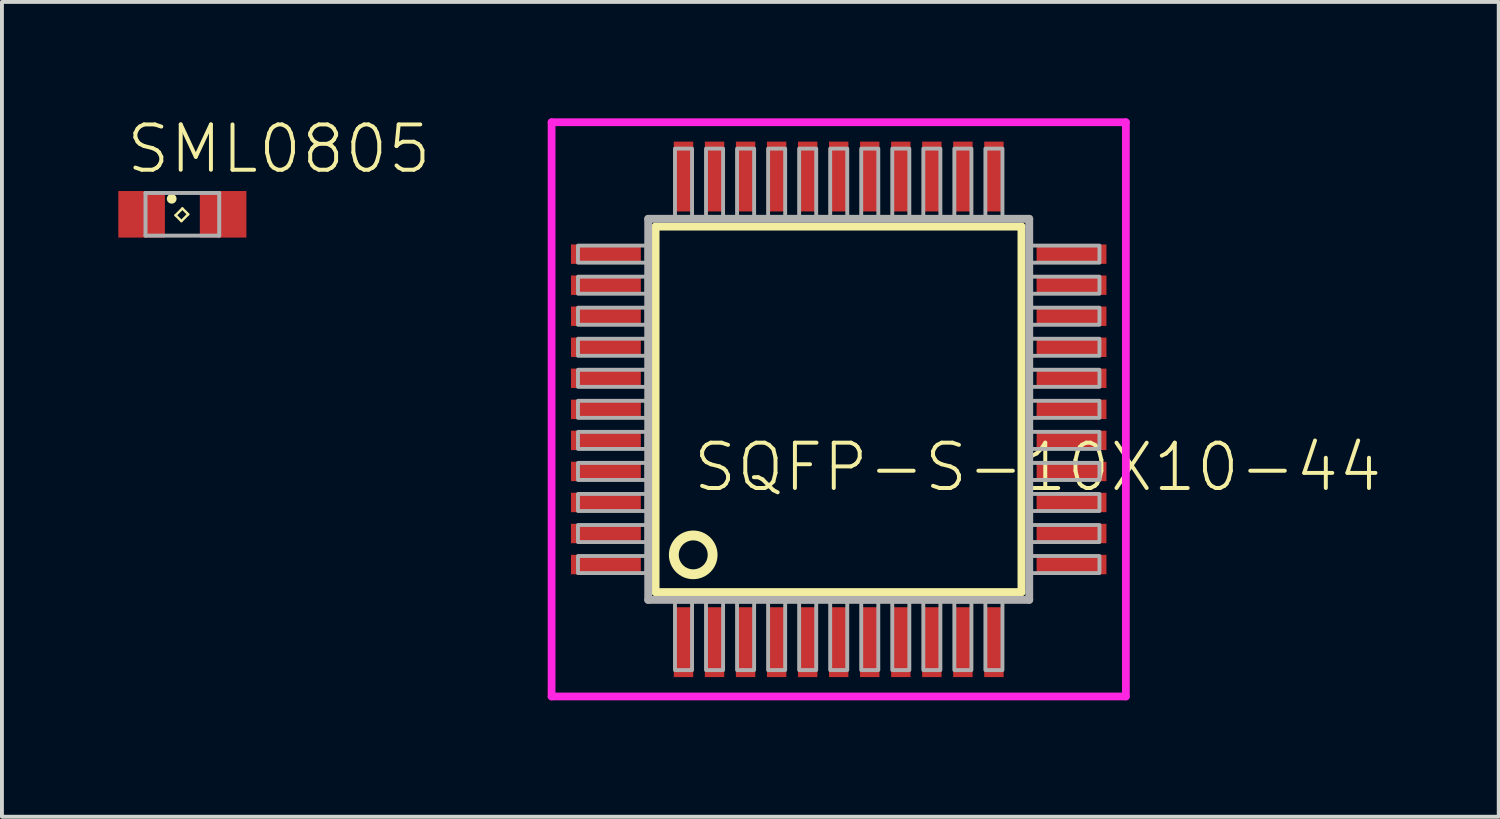
<source format=kicad_pcb>
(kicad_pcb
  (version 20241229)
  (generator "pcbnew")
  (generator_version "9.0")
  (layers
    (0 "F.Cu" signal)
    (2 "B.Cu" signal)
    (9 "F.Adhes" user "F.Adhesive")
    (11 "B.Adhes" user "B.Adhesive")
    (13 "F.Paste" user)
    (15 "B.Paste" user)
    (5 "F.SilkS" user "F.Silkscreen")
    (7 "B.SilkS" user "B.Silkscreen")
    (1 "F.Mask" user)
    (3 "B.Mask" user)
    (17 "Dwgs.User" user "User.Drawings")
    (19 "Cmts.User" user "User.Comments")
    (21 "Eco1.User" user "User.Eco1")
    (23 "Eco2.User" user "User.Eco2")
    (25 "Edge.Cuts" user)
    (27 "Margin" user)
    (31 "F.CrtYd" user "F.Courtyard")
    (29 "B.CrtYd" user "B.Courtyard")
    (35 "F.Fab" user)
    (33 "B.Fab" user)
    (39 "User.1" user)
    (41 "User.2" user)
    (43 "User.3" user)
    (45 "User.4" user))
  (footprint "SML0805"
    (layer "F.Cu")
    (at 1.65 2.473)
    (property "Reference" "SML0805" (at -1.5 -1 0) (layer "F.SilkS") (effects (font (size 1.168 1.168) (thickness 0.102)) (justify left bottom)))
    (fp_line (start -0.175 0.025) (end 0 -0.15) (stroke (width 0.063) (type solid)) (layer "F.SilkS"))
    (fp_line (start -0.025 0.175) (end -0.175 0.025) (stroke (width 0.063) (type solid)) (layer "F.SilkS"))
    (fp_line (start 0 -0.15) (end 0.15 0) (stroke (width 0.063) (type solid)) (layer "F.SilkS"))
    (fp_line (start 0.15 0) (end -0.025 0.175) (stroke (width 0.063) (type solid)) (layer "F.SilkS"))
    (fp_circle (center -0.275 -0.4) (end -0.212 -0.4) (stroke (width 0.125) (type solid)) (fill yes) (layer "F.SilkS"))
    (fp_line (start -0.95 -0.55) (end -0.95 0.55) (stroke (width 0.102) (type solid)) (layer "F.Fab"))
    (fp_line (start -0.95 0.55) (end 0.95 0.55) (stroke (width 0.102) (type solid)) (layer "F.Fab"))
    (fp_line (start 0.95 -0.55) (end -0.95 -0.55) (stroke (width 0.102) (type solid)) (layer "F.Fab"))
    (fp_line (start 0.95 0.55) (end 0.95 -0.55) (stroke (width 0.102) (type solid)) (layer "F.Fab"))
    (pad "A" smd rect (at 1.05 0) (size 1.2 1.2) (layers "F.Cu" "F.Mask" "F.Paste"))
    (pad "C" smd rect (at -1.05 0) (size 1.2 1.2) (layers "F.Cu" "F.Mask" "F.Paste")))
  (footprint "SQFP-S-10X10-44"
    (layer "F.Cu")
    (at 18.566 7.5)
    (property "Reference" "SQFP-S-10X10-44" (at -3.81 2.175 0) (layer "F.SilkS") (effects (font (size 1.168 1.168) (thickness 0.102)) (justify left bottom)))
    (fp_line (start -4.72 -4.71) (end 4.71 -4.71) (stroke (width 0.203) (type solid)) (layer "F.SilkS"))
    (fp_line (start -4.72 4.71) (end -4.72 -4.71) (stroke (width 0.203) (type solid)) (layer "F.SilkS"))
    (fp_line (start 4.71 -4.71) (end 4.71 4.71) (stroke (width 0.203) (type solid)) (layer "F.SilkS"))
    (fp_line (start 4.71 4.71) (end -4.72 4.71) (stroke (width 0.203) (type solid)) (layer "F.SilkS"))
    (fp_circle (center -3.75 3.75) (end -3.25 3.75) (stroke (width 0.254) (type solid)) (fill no) (layer "F.SilkS"))
    (fp_line (start -7.4 -7.4) (end 7.4 -7.4) (stroke (width 0.2) (type solid)) (layer "F.CrtYd"))
    (fp_line (start -7.4 7.4) (end -7.4 -7.4) (stroke (width 0.2) (type solid)) (layer "F.CrtYd"))
    (fp_line (start 7.4 -7.4) (end 7.4 7.4) (stroke (width 0.2) (type solid)) (layer "F.CrtYd"))
    (fp_line (start 7.4 7.4) (end -7.4 7.4) (stroke (width 0.2) (type solid)) (layer "F.CrtYd"))
    (fp_line (start -4.91 -4.91) (end -4.91 4.91) (stroke (width 0.203) (type solid)) (layer "F.Fab"))
    (fp_line (start -4.91 4.91) (end 4.91 4.91) (stroke (width 0.203) (type solid)) (layer "F.Fab"))
    (fp_line (start 4.91 -4.91) (end -4.91 -4.91) (stroke (width 0.203) (type solid)) (layer "F.Fab"))
    (fp_line (start 4.91 4.91) (end 4.91 -4.91) (stroke (width 0.203) (type solid)) (layer "F.Fab"))
    (fp_poly (pts (xy -6.72 -3.78) (xy -4.95 -3.78) (xy -4.95 -4.22) (xy -6.72 -4.22)) (stroke (width 0.1) (type default)) (fill no) (layer "F.Fab"))
    (fp_poly (pts (xy -6.72 -2.98) (xy -4.95 -2.98) (xy -4.95 -3.42) (xy -6.72 -3.42)) (stroke (width 0.1) (type default)) (fill no) (layer "F.Fab"))
    (fp_poly (pts (xy -6.72 -2.18) (xy -4.95 -2.18) (xy -4.95 -2.62) (xy -6.72 -2.62)) (stroke (width 0.1) (type default)) (fill no) (layer "F.Fab"))
    (fp_poly (pts (xy -6.72 -1.38) (xy -4.95 -1.38) (xy -4.95 -1.82) (xy -6.72 -1.82)) (stroke (width 0.1) (type default)) (fill no) (layer "F.Fab"))
    (fp_poly (pts (xy -6.72 -0.58) (xy -4.95 -0.58) (xy -4.95 -1.02) (xy -6.72 -1.02)) (stroke (width 0.1) (type default)) (fill no) (layer "F.Fab"))
    (fp_poly (pts (xy -6.72 0.22) (xy -4.95 0.22) (xy -4.95 -0.22) (xy -6.72 -0.22)) (stroke (width 0.1) (type default)) (fill no) (layer "F.Fab"))
    (fp_poly (pts (xy -6.72 1.02) (xy -4.95 1.02) (xy -4.95 0.58) (xy -6.72 0.58)) (stroke (width 0.1) (type default)) (fill no) (layer "F.Fab"))
    (fp_poly (pts (xy -6.72 1.82) (xy -4.95 1.82) (xy -4.95 1.38) (xy -6.72 1.38)) (stroke (width 0.1) (type default)) (fill no) (layer "F.Fab"))
    (fp_poly (pts (xy -6.72 2.62) (xy -4.95 2.62) (xy -4.95 2.18) (xy -6.72 2.18)) (stroke (width 0.1) (type default)) (fill no) (layer "F.Fab"))
    (fp_poly (pts (xy -6.72 3.42) (xy -4.95 3.42) (xy -4.95 2.98) (xy -6.72 2.98)) (stroke (width 0.1) (type default)) (fill no) (layer "F.Fab"))
    (fp_poly (pts (xy -6.72 4.22) (xy -4.95 4.22) (xy -4.95 3.78) (xy -6.72 3.78)) (stroke (width 0.1) (type default)) (fill no) (layer "F.Fab"))
    (fp_poly (pts (xy -4.22 -4.95) (xy -3.78 -4.95) (xy -3.78 -6.72) (xy -4.22 -6.72)) (stroke (width 0.1) (type default)) (fill no) (layer "F.Fab"))
    (fp_poly (pts (xy -4.22 6.72) (xy -3.78 6.72) (xy -3.78 4.95) (xy -4.22 4.95)) (stroke (width 0.1) (type default)) (fill no) (layer "F.Fab"))
    (fp_poly (pts (xy -3.42 -4.95) (xy -2.98 -4.95) (xy -2.98 -6.72) (xy -3.42 -6.72)) (stroke (width 0.1) (type default)) (fill no) (layer "F.Fab"))
    (fp_poly (pts (xy -3.42 6.72) (xy -2.98 6.72) (xy -2.98 4.95) (xy -3.42 4.95)) (stroke (width 0.1) (type default)) (fill no) (layer "F.Fab"))
    (fp_poly (pts (xy -2.62 -4.95) (xy -2.18 -4.95) (xy -2.18 -6.72) (xy -2.62 -6.72)) (stroke (width 0.1) (type default)) (fill no) (layer "F.Fab"))
    (fp_poly (pts (xy -2.62 6.72) (xy -2.18 6.72) (xy -2.18 4.95) (xy -2.62 4.95)) (stroke (width 0.1) (type default)) (fill no) (layer "F.Fab"))
    (fp_poly (pts (xy -1.82 -4.95) (xy -1.38 -4.95) (xy -1.38 -6.72) (xy -1.82 -6.72)) (stroke (width 0.1) (type default)) (fill no) (layer "F.Fab"))
    (fp_poly (pts (xy -1.82 6.72) (xy -1.38 6.72) (xy -1.38 4.95) (xy -1.82 4.95)) (stroke (width 0.1) (type default)) (fill no) (layer "F.Fab"))
    (fp_poly (pts (xy -1.02 -4.95) (xy -0.58 -4.95) (xy -0.58 -6.72) (xy -1.02 -6.72)) (stroke (width 0.1) (type default)) (fill no) (layer "F.Fab"))
    (fp_poly (pts (xy -1.02 6.72) (xy -0.58 6.72) (xy -0.58 4.95) (xy -1.02 4.95)) (stroke (width 0.1) (type default)) (fill no) (layer "F.Fab"))
    (fp_poly (pts (xy -0.22 -4.95) (xy 0.22 -4.95) (xy 0.22 -6.72) (xy -0.22 -6.72)) (stroke (width 0.1) (type default)) (fill no) (layer "F.Fab"))
    (fp_poly (pts (xy -0.22 6.72) (xy 0.22 6.72) (xy 0.22 4.95) (xy -0.22 4.95)) (stroke (width 0.1) (type default)) (fill no) (layer "F.Fab"))
    (fp_poly (pts (xy 0.58 -4.95) (xy 1.02 -4.95) (xy 1.02 -6.72) (xy 0.58 -6.72)) (stroke (width 0.1) (type default)) (fill no) (layer "F.Fab"))
    (fp_poly (pts (xy 0.58 6.72) (xy 1.02 6.72) (xy 1.02 4.95) (xy 0.58 4.95)) (stroke (width 0.1) (type default)) (fill no) (layer "F.Fab"))
    (fp_poly (pts (xy 1.38 -4.95) (xy 1.82 -4.95) (xy 1.82 -6.72) (xy 1.38 -6.72)) (stroke (width 0.1) (type default)) (fill no) (layer "F.Fab"))
    (fp_poly (pts (xy 1.38 6.72) (xy 1.82 6.72) (xy 1.82 4.95) (xy 1.38 4.95)) (stroke (width 0.1) (type default)) (fill no) (layer "F.Fab"))
    (fp_poly (pts (xy 2.18 -4.95) (xy 2.62 -4.95) (xy 2.62 -6.72) (xy 2.18 -6.72)) (stroke (width 0.1) (type default)) (fill no) (layer "F.Fab"))
    (fp_poly (pts (xy 2.18 6.72) (xy 2.62 6.72) (xy 2.62 4.95) (xy 2.18 4.95)) (stroke (width 0.1) (type default)) (fill no) (layer "F.Fab"))
    (fp_poly (pts (xy 2.98 -4.95) (xy 3.42 -4.95) (xy 3.42 -6.72) (xy 2.98 -6.72)) (stroke (width 0.1) (type default)) (fill no) (layer "F.Fab"))
    (fp_poly (pts (xy 2.98 6.72) (xy 3.42 6.72) (xy 3.42 4.95) (xy 2.98 4.95)) (stroke (width 0.1) (type default)) (fill no) (layer "F.Fab"))
    (fp_poly (pts (xy 3.78 -4.95) (xy 4.22 -4.95) (xy 4.22 -6.72) (xy 3.78 -6.72)) (stroke (width 0.1) (type default)) (fill no) (layer "F.Fab"))
    (fp_poly (pts (xy 3.78 6.72) (xy 4.22 6.72) (xy 4.22 4.95) (xy 3.78 4.95)) (stroke (width 0.1) (type default)) (fill no) (layer "F.Fab"))
    (fp_poly (pts (xy 4.95 -3.78) (xy 6.72 -3.78) (xy 6.72 -4.22) (xy 4.95 -4.22)) (stroke (width 0.1) (type default)) (fill no) (layer "F.Fab"))
    (fp_poly (pts (xy 4.95 -2.98) (xy 6.72 -2.98) (xy 6.72 -3.42) (xy 4.95 -3.42)) (stroke (width 0.1) (type default)) (fill no) (layer "F.Fab"))
    (fp_poly (pts (xy 4.95 -2.18) (xy 6.72 -2.18) (xy 6.72 -2.62) (xy 4.95 -2.62)) (stroke (width 0.1) (type default)) (fill no) (layer "F.Fab"))
    (fp_poly (pts (xy 4.95 -1.38) (xy 6.72 -1.38) (xy 6.72 -1.82) (xy 4.95 -1.82)) (stroke (width 0.1) (type default)) (fill no) (layer "F.Fab"))
    (fp_poly (pts (xy 4.95 -0.58) (xy 6.72 -0.58) (xy 6.72 -1.02) (xy 4.95 -1.02)) (stroke (width 0.1) (type default)) (fill no) (layer "F.Fab"))
    (fp_poly (pts (xy 4.95 0.22) (xy 6.72 0.22) (xy 6.72 -0.22) (xy 4.95 -0.22)) (stroke (width 0.1) (type default)) (fill no) (layer "F.Fab"))
    (fp_poly (pts (xy 4.95 1.02) (xy 6.72 1.02) (xy 6.72 0.58) (xy 4.95 0.58)) (stroke (width 0.1) (type default)) (fill no) (layer "F.Fab"))
    (fp_poly (pts (xy 4.95 1.82) (xy 6.72 1.82) (xy 6.72 1.38) (xy 4.95 1.38)) (stroke (width 0.1) (type default)) (fill no) (layer "F.Fab"))
    (fp_poly (pts (xy 4.95 2.62) (xy 6.72 2.62) (xy 6.72 2.18) (xy 4.95 2.18)) (stroke (width 0.1) (type default)) (fill no) (layer "F.Fab"))
    (fp_poly (pts (xy 4.95 3.42) (xy 6.72 3.42) (xy 6.72 2.98) (xy 4.95 2.98)) (stroke (width 0.1) (type default)) (fill no) (layer "F.Fab"))
    (fp_poly (pts (xy 4.95 4.22) (xy 6.72 4.22) (xy 6.72 3.78) (xy 4.95 3.78)) (stroke (width 0.1) (type default)) (fill no) (layer "F.Fab"))
    (pad "1" smd rect (at -4 6) (size 0.5 1.8) (layers "F.Cu" "F.Mask" "F.Paste"))
    (pad "2" smd rect (at -3.2 6) (size 0.5 1.8) (layers "F.Cu" "F.Mask" "F.Paste"))
    (pad "3" smd rect (at -2.4 6) (size 0.5 1.8) (layers "F.Cu" "F.Mask" "F.Paste"))
    (pad "4" smd rect (at -1.6 6) (size 0.5 1.8) (layers "F.Cu" "F.Mask" "F.Paste"))
    (pad "5" smd rect (at -0.8 6) (size 0.5 1.8) (layers "F.Cu" "F.Mask" "F.Paste"))
    (pad "6" smd rect (at 0 6) (size 0.5 1.8) (layers "F.Cu" "F.Mask" "F.Paste"))
    (pad "7" smd rect (at 0.8 6) (size 0.5 1.8) (layers "F.Cu" "F.Mask" "F.Paste"))
    (pad "8" smd rect (at 1.6 6) (size 0.5 1.8) (layers "F.Cu" "F.Mask" "F.Paste"))
    (pad "9" smd rect (at 2.4 6) (size 0.5 1.8) (layers "F.Cu" "F.Mask" "F.Paste"))
    (pad "10" smd rect (at 3.2 6) (size 0.5 1.8) (layers "F.Cu" "F.Mask" "F.Paste"))
    (pad "11" smd rect (at 4 6) (size 0.5 1.8) (layers "F.Cu" "F.Mask" "F.Paste"))
    (pad "12" smd rect (at 6 4) (size 1.8 0.5) (layers "F.Cu" "F.Mask" "F.Paste"))
    (pad "13" smd rect (at 6 3.2) (size 1.8 0.5) (layers "F.Cu" "F.Mask" "F.Paste"))
    (pad "14" smd rect (at 6 2.4) (size 1.8 0.5) (layers "F.Cu" "F.Mask" "F.Paste"))
    (pad "15" smd rect (at 6 1.6) (size 1.8 0.5) (layers "F.Cu" "F.Mask" "F.Paste"))
    (pad "16" smd rect (at 6 0.8) (size 1.8 0.5) (layers "F.Cu" "F.Mask" "F.Paste"))
    (pad "17" smd rect (at 6 0) (size 1.8 0.5) (layers "F.Cu" "F.Mask" "F.Paste"))
    (pad "18" smd rect (at 6 -0.8) (size 1.8 0.5) (layers "F.Cu" "F.Mask" "F.Paste"))
    (pad "19" smd rect (at 6 -1.6) (size 1.8 0.5) (layers "F.Cu" "F.Mask" "F.Paste"))
    (pad "20" smd rect (at 6 -2.4) (size 1.8 0.5) (layers "F.Cu" "F.Mask" "F.Paste"))
    (pad "21" smd rect (at 6 -3.2) (size 1.8 0.5) (layers "F.Cu" "F.Mask" "F.Paste"))
    (pad "22" smd rect (at 6 -4) (size 1.8 0.5) (layers "F.Cu" "F.Mask" "F.Paste"))
    (pad "23" smd rect (at 4 -6) (size 0.5 1.8) (layers "F.Cu" "F.Mask" "F.Paste"))
    (pad "24" smd rect (at 3.2 -6) (size 0.5 1.8) (layers "F.Cu" "F.Mask" "F.Paste"))
    (pad "25" smd rect (at 2.4 -6) (size 0.5 1.8) (layers "F.Cu" "F.Mask" "F.Paste"))
    (pad "26" smd rect (at 1.6 -6) (size 0.5 1.8) (layers "F.Cu" "F.Mask" "F.Paste"))
    (pad "27" smd rect (at 0.8 -6) (size 0.5 1.8) (layers "F.Cu" "F.Mask" "F.Paste"))
    (pad "28" smd rect (at 0 -6) (size 0.5 1.8) (layers "F.Cu" "F.Mask" "F.Paste"))
    (pad "29" smd rect (at -0.8 -6) (size 0.5 1.8) (layers "F.Cu" "F.Mask" "F.Paste"))
    (pad "30" smd rect (at -1.6 -6) (size 0.5 1.8) (layers "F.Cu" "F.Mask" "F.Paste"))
    (pad "31" smd rect (at -2.4 -6) (size 0.5 1.8) (layers "F.Cu" "F.Mask" "F.Paste"))
    (pad "32" smd rect (at -3.2 -6) (size 0.5 1.8) (layers "F.Cu" "F.Mask" "F.Paste"))
    (pad "33" smd rect (at -4 -6) (size 0.5 1.8) (layers "F.Cu" "F.Mask" "F.Paste"))
    (pad "34" smd rect (at -6 -4) (size 1.8 0.5) (layers "F.Cu" "F.Mask" "F.Paste"))
    (pad "35" smd rect (at -6 -3.2) (size 1.8 0.5) (layers "F.Cu" "F.Mask" "F.Paste"))
    (pad "36" smd rect (at -6 -2.4) (size 1.8 0.5) (layers "F.Cu" "F.Mask" "F.Paste"))
    (pad "37" smd rect (at -6 -1.6) (size 1.8 0.5) (layers "F.Cu" "F.Mask" "F.Paste"))
    (pad "38" smd rect (at -6 -0.8) (size 1.8 0.5) (layers "F.Cu" "F.Mask" "F.Paste"))
    (pad "39" smd rect (at -6 0) (size 1.8 0.5) (layers "F.Cu" "F.Mask" "F.Paste"))
    (pad "40" smd rect (at -6 0.8) (size 1.8 0.5) (layers "F.Cu" "F.Mask" "F.Paste"))
    (pad "41" smd rect (at -6 1.6) (size 1.8 0.5) (layers "F.Cu" "F.Mask" "F.Paste"))
    (pad "42" smd rect (at -6 2.4) (size 1.8 0.5) (layers "F.Cu" "F.Mask" "F.Paste"))
    (pad "43" smd rect (at -6 3.2) (size 1.8 0.5) (layers "F.Cu" "F.Mask" "F.Paste"))
    (pad "44" smd rect (at -6 4) (size 1.8 0.5) (layers "F.Cu" "F.Mask" "F.Paste")))
  (gr_rect
    (start -3 -3)
    (end 35.576 18)
    (stroke (width 0.1) (type default))
    (fill no)
    (layer "Edge.Cuts")))
</source>
